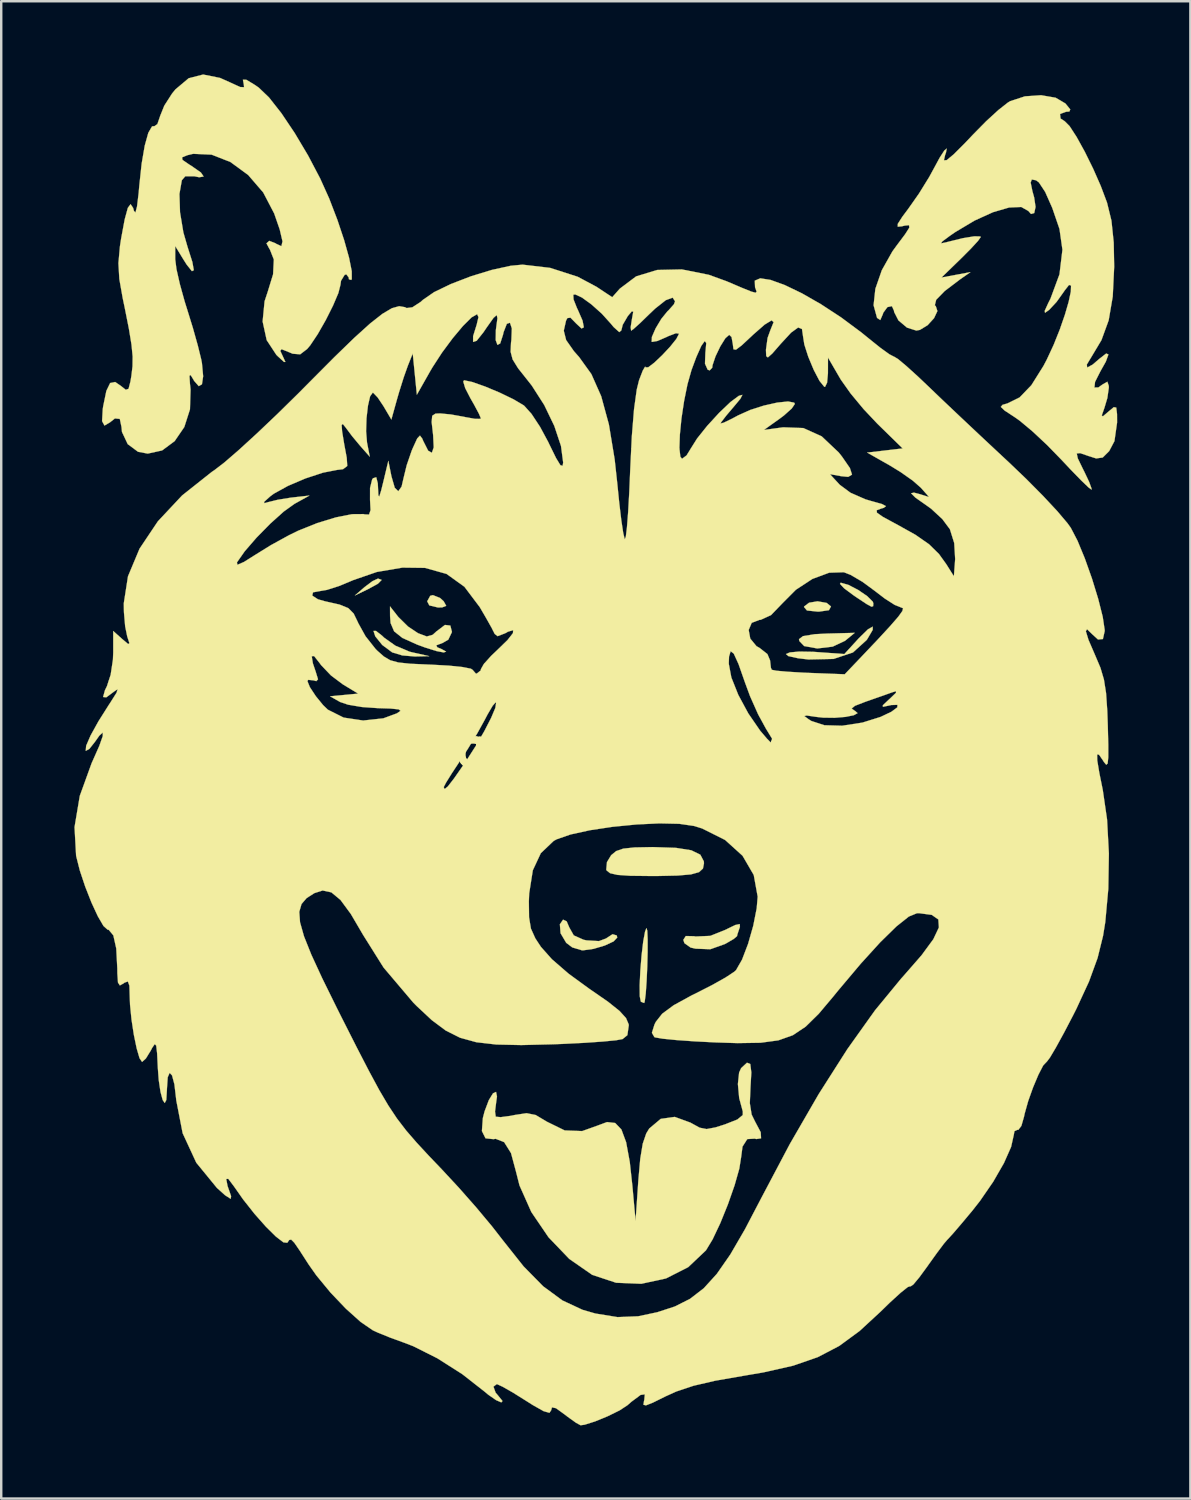
<source format=kicad_pcb>
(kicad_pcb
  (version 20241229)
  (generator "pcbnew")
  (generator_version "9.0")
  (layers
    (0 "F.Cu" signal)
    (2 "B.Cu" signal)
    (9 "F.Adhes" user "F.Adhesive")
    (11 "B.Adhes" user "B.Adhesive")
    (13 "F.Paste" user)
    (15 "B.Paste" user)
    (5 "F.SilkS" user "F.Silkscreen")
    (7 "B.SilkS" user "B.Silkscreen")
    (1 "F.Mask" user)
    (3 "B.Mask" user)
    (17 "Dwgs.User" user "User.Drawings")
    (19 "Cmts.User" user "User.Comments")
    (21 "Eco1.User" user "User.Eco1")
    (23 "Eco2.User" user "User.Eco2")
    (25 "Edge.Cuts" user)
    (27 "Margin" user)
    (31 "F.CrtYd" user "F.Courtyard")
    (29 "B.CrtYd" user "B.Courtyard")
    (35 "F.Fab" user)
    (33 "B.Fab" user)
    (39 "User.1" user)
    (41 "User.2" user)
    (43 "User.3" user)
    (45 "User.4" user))
  (footprint "doge_recovery"
    (layer "F.Cu")
    (at 20.895 27.608)
    (property "Reference" "doge_recovery" (at 0 0 0) (layer "F.SilkS") (effects (font (size 1.524 1.524) (thickness 0.3))))
    (attr through_hole)
    (fp_poly (pts (xy -8.3 -6.887) (xy -8.454 -6.731) (xy -8.848 -6.515) (xy -9.398 -6.249) (xy -8.998 -6.596) (xy -8.673 -6.84) (xy -8.449 -6.943) (xy -8.448 -6.943) (xy -8.3 -6.887)) (stroke (width 0.01) (type solid)) (fill yes) (layer "F.SilkS"))
    (fp_poly (pts (xy -5.905 -6.146) (xy -5.757 -6.011) (xy -5.655 -5.827) (xy -5.815 -5.762) (xy -5.991 -5.757) (xy -6.347 -5.842) (xy -6.435 -6.011) (xy -6.31 -6.236) (xy -6.201 -6.265) (xy -5.905 -6.146)) (stroke (width 0.01) (type solid)) (fill yes) (layer "F.SilkS"))
    (fp_poly (pts (xy 9.938 -5.945) (xy 10.118 -5.8) (xy 10.033 -5.646) (xy 9.637 -5.589) (xy 9.567 -5.588) (xy 9.132 -5.634) (xy 9.011 -5.776) (xy 9.017 -5.8) (xy 9.219 -5.953) (xy 9.567 -6.011) (xy 9.938 -5.945)) (stroke (width 0.01) (type solid)) (fill yes) (layer "F.SilkS"))
    (fp_poly (pts (xy 10.692 -4.391) (xy 10.186 -4.153) (xy 9.556 -4.078) (xy 9.017 -4.176) (xy 8.82 -4.381) (xy 8.805 -4.46) (xy 8.971 -4.584) (xy 9.455 -4.663) (xy 9.948 -4.688) (xy 11.091 -4.718) (xy 10.692 -4.391)) (stroke (width 0.01) (type solid)) (fill yes) (layer "F.SilkS"))
    (fp_poly (pts (xy 10.826 -6.686) (xy 11.228 -6.478) (xy 11.602 -6.223) (xy 11.83 -5.996) (xy 11.853 -5.929) (xy 11.846 -5.81) (xy 11.778 -5.789) (xy 11.584 -5.894) (xy 11.196 -6.151) (xy 11.024 -6.268) (xy 10.656 -6.543) (xy 10.485 -6.726) (xy 10.516 -6.773) (xy 10.826 -6.686)) (stroke (width 0.01) (type solid)) (fill yes) (layer "F.SilkS"))
    (fp_poly (pts (xy -8.281 -4.599) (xy -8.196 -4.517) (xy -7.736 -4.191) (xy -7.163 -3.948) (xy -7.053 -3.92) (xy -6.35 -3.762) (xy -6.943 -3.749) (xy -7.452 -3.792) (xy -7.864 -3.915) (xy -7.874 -3.921) (xy -8.277 -4.221) (xy -8.563 -4.575) (xy -8.636 -4.797) (xy -8.534 -4.797) (xy -8.281 -4.599)) (stroke (width 0.01) (type solid)) (fill yes) (layer "F.SilkS"))
    (fp_poly (pts (xy 2.587 7.489) (xy 2.602 7.847) (xy 2.601 8.369) (xy 2.586 8.971) (xy 2.559 9.566) (xy 2.524 10.068) (xy 2.483 10.389) (xy 2.46 10.456) (xy 2.337 10.408) (xy 2.321 10.393) (xy 2.278 10.177) (xy 2.274 9.724) (xy 2.302 9.133) (xy 2.353 8.504) (xy 2.42 7.935) (xy 2.496 7.525) (xy 2.552 7.384) (xy 2.587 7.489)) (stroke (width 0.01) (type solid)) (fill yes) (layer "F.SilkS"))
    (fp_poly (pts (xy 11.827 -4.84) (xy 11.608 -4.467) (xy 11.577 -4.422) (xy 11.018 -3.914) (xy 10.223 -3.649) (xy 9.194 -3.626) (xy 8.763 -3.677) (xy 8.367 -3.765) (xy 8.271 -3.849) (xy 8.433 -3.916) (xy 8.817 -3.951) (xy 9.38 -3.941) (xy 9.481 -3.934) (xy 10.665 -3.849) (xy 11.259 -4.498) (xy 11.63 -4.861) (xy 11.827 -4.973) (xy 11.827 -4.84)) (stroke (width 0.01) (type solid)) (fill yes) (layer "F.SilkS"))
    (fp_poly (pts (xy 6.384 7.336) (xy 6.371 7.371) (xy 6.28 7.643) (xy 6.265 7.714) (xy 6.132 7.828) (xy 5.806 8.018) (xy 5.766 8.039) (xy 5.172 8.251) (xy 4.563 8.228) (xy 4.36 8.181) (xy 4.109 8.002) (xy 4.064 7.866) (xy 4.165 7.709) (xy 4.505 7.717) (xy 4.566 7.729) (xy 5.17 7.703) (xy 5.773 7.462) (xy 6.192 7.258) (xy 6.377 7.219) (xy 6.384 7.336)) (stroke (width 0.01) (type solid)) (fill yes) (layer "F.SilkS"))
    (fp_poly (pts (xy -0.718 7.106) (xy -0.609 7.36) (xy -0.427 7.683) (xy -0.028 7.861) (xy 0.099 7.888) (xy 0.607 7.917) (xy 0.893 7.811) (xy 1.164 7.635) (xy 1.336 7.686) (xy 1.355 7.773) (xy 1.207 7.93) (xy 0.844 8.099) (xy 0.385 8.235) (xy -0.053 8.297) (xy -0.084 8.297) (xy -0.488 8.176) (xy -0.736 7.988) (xy -0.968 7.595) (xy -0.996 7.228) (xy -0.865 7.038) (xy -0.718 7.106)) (stroke (width 0.01) (type solid)) (fill yes) (layer "F.SilkS"))
    (fp_poly (pts (xy 3.76 4.095) (xy 4.391 4.195) (xy 4.761 4.375) (xy 4.905 4.648) (xy 4.911 4.729) (xy 4.869 4.944) (xy 4.708 5.091) (xy 4.379 5.183) (xy 3.828 5.231) (xy 3.007 5.249) (xy 2.69 5.249) (xy 1.888 5.24) (xy 1.366 5.204) (xy 1.063 5.135) (xy 0.922 5.024) (xy 0.905 4.989) (xy 0.934 4.679) (xy 1.106 4.396) (xy 1.311 4.228) (xy 1.603 4.127) (xy 2.065 4.078) (xy 2.779 4.064) (xy 2.831 4.064) (xy 3.76 4.095)) (stroke (width 0.01) (type solid)) (fill yes) (layer "F.SilkS"))
    (fp_poly (pts (xy -7.616 -5.367) (xy -7.216 -4.974) (xy -6.811 -4.704) (xy -6.453 -4.569) (xy -6.209 -4.638) (xy -6.054 -4.779) (xy -5.706 -5.042) (xy -5.486 -5.016) (xy -5.419 -4.753) (xy -5.568 -4.44) (xy -5.8 -4.304) (xy -6.064 -4.205) (xy -6.017 -4.124) (xy -5.842 -4.051) (xy -5.659 -3.948) (xy -5.757 -3.914) (xy -6.053 -3.971) (xy -6.53 -4.12) (xy -6.845 -4.236) (xy -7.449 -4.508) (xy -7.79 -4.779) (xy -7.935 -5.12) (xy -7.956 -5.399) (xy -7.959 -5.803) (xy -7.616 -5.367)) (stroke (width 0.01) (type solid)) (fill yes) (layer "F.SilkS"))
    (fp_poly (pts (xy 6.809 12.955) (xy 6.852 13.301) (xy 6.819 13.88) (xy 6.79 14.561) (xy 6.864 15.026) (xy 7.004 15.313) (xy 7.236 15.751) (xy 7.251 16.002) (xy 7.049 16.032) (xy 6.999 16.014) (xy 6.686 16.033) (xy 6.49 16.341) (xy 6.435 16.764) (xy 6.359 17.245) (xy 6.166 17.926) (xy 5.894 18.703) (xy 5.581 19.476) (xy 5.265 20.143) (xy 4.992 20.594) (xy 4.265 21.282) (xy 3.354 21.745) (xy 2.341 21.964) (xy 1.309 21.922) (xy 0.339 21.601) (xy 0.32 21.591) (xy -0.611 20.945) (xy -1.462 20.057) (xy -2.166 19.022) (xy -2.651 17.933) (xy -2.8 17.345) (xy -2.999 16.607) (xy -3.28 16.159) (xy -3.628 16.021) (xy -3.718 16.036) (xy -4.044 16.001) (xy -4.192 15.703) (xy -4.153 15.17) (xy -4.082 14.896) (xy -3.908 14.435) (xy -3.737 14.157) (xy -3.612 14.098) (xy -3.574 14.288) (xy -3.606 14.516) (xy -3.654 14.902) (xy -3.625 15.114) (xy -3.624 15.115) (xy -3.422 15.134) (xy -3.016 15.08) (xy -2.846 15.045) (xy -2.36 14.971) (xy -1.987 15.046) (xy -1.548 15.308) (xy -1.533 15.318) (xy -0.8 15.677) (xy -0.083 15.705) (xy 0.506 15.495) (xy 0.937 15.335) (xy 1.271 15.373) (xy 1.527 15.64) (xy 1.72 16.162) (xy 1.869 16.969) (xy 1.976 17.949) (xy 2.107 19.389) (xy 2.221 17.718) (xy 2.299 16.836) (xy 2.401 16.221) (xy 2.544 15.803) (xy 2.666 15.601) (xy 3.138 15.204) (xy 3.713 15.123) (xy 4.364 15.361) (xy 4.395 15.38) (xy 4.735 15.566) (xy 5.019 15.622) (xy 5.384 15.553) (xy 5.769 15.431) (xy 6.279 15.23) (xy 6.5 15.048) (xy 6.502 14.901) (xy 6.354 14.353) (xy 6.301 13.776) (xy 6.351 13.305) (xy 6.433 13.125) (xy 6.673 12.902) (xy 6.809 12.955)) (stroke (width 0.01) (type solid)) (fill yes) (layer "F.SilkS"))
    (fp_poly (pts (xy -14.923 -27.463) (xy -14.5 -27.274) (xy -14.101 -27.091) (xy -13.941 -27.084) (xy -13.951 -27.189) (xy -13.988 -27.392) (xy -13.845 -27.388) (xy -13.489 -27.171) (xy -13.34 -27.067) (xy -12.92 -26.665) (xy -12.413 -26.021) (xy -11.865 -25.205) (xy -11.319 -24.288) (xy -10.821 -23.341) (xy -10.451 -22.52) (xy -10.116 -21.646) (xy -9.839 -20.816) (xy -9.637 -20.094) (xy -9.527 -19.542) (xy -9.526 -19.222) (xy -9.548 -19.182) (xy -9.643 -19.21) (xy -9.652 -19.286) (xy -9.751 -19.413) (xy -9.821 -19.389) (xy -9.967 -19.148) (xy -9.991 -18.979) (xy -10.075 -18.648) (xy -10.293 -18.135) (xy -10.592 -17.539) (xy -10.921 -16.963) (xy -11.227 -16.505) (xy -11.355 -16.353) (xy -11.641 -16.134) (xy -11.948 -16.159) (xy -12.105 -16.224) (xy -12.405 -16.345) (xy -12.455 -16.275) (xy -12.348 -16.043) (xy -12.247 -15.822) (xy -12.304 -15.822) (xy -12.556 -16.052) (xy -12.615 -16.109) (xy -13.013 -16.715) (xy -13.18 -17.481) (xy -13.1 -18.308) (xy -12.972 -18.695) (xy -12.751 -19.416) (xy -12.721 -20.022) (xy -12.884 -20.435) (xy -12.9 -20.453) (xy -13.023 -20.684) (xy -12.908 -20.786) (xy -12.649 -20.685) (xy -12.619 -20.662) (xy -12.412 -20.567) (xy -12.365 -20.763) (xy -12.479 -21.251) (xy -12.706 -21.907) (xy -13.156 -22.769) (xy -13.774 -23.486) (xy -14.5 -24.017) (xy -15.271 -24.319) (xy -16.027 -24.353) (xy -16.266 -24.296) (xy -16.483 -24.207) (xy -16.463 -24.101) (xy -16.18 -23.908) (xy -16.104 -23.862) (xy -15.709 -23.586) (xy -15.599 -23.423) (xy -15.779 -23.392) (xy -15.984 -23.433) (xy -16.35 -23.433) (xy -16.492 -23.268) (xy -16.59 -22.708) (xy -16.566 -21.957) (xy -16.429 -21.133) (xy -16.258 -20.539) (xy -16.06 -19.918) (xy -16.001 -19.584) (xy -16.078 -19.543) (xy -16.288 -19.804) (xy -16.416 -20.005) (xy -16.763 -20.574) (xy -16.763 -20.031) (xy -16.712 -19.628) (xy -16.573 -19.013) (xy -16.373 -18.292) (xy -16.275 -17.979) (xy -16.04 -17.22) (xy -15.837 -16.496) (xy -15.697 -15.927) (xy -15.668 -15.776) (xy -15.618 -15.235) (xy -15.667 -14.906) (xy -15.798 -14.83) (xy -15.989 -15.047) (xy -16.009 -15.085) (xy -16.133 -15.288) (xy -16.179 -15.253) (xy -16.16 -14.938) (xy -16.134 -14.696) (xy -16.158 -13.879) (xy -16.39 -13.155) (xy -16.786 -12.576) (xy -17.3 -12.195) (xy -17.889 -12.065) (xy -18.288 -12.14) (xy -18.71 -12.453) (xy -18.945 -12.952) (xy -18.965 -13.156) (xy -19.034 -13.487) (xy -19.235 -13.506) (xy -19.437 -13.346) (xy -19.662 -13.214) (xy -19.761 -13.396) (xy -19.733 -13.892) (xy -19.715 -14.009) (xy -19.585 -14.638) (xy -19.43 -14.958) (xy -19.226 -15.001) (xy -18.998 -14.846) (xy -18.79 -14.682) (xy -18.676 -14.721) (xy -18.599 -15.018) (xy -18.56 -15.251) (xy -18.513 -15.644) (xy -18.508 -16.046) (xy -18.555 -16.532) (xy -18.66 -17.174) (xy -18.833 -18.045) (xy -18.915 -18.435) (xy -19.054 -19.222) (xy -19.091 -19.87) (xy -19.029 -20.562) (xy -18.981 -20.874) (xy -18.833 -21.669) (xy -18.705 -22.138) (xy -18.592 -22.289) (xy -18.488 -22.135) (xy -18.454 -22.012) (xy -18.393 -21.946) (xy -18.328 -22.198) (xy -18.262 -22.745) (xy -18.236 -23.043) (xy -18.139 -23.949) (xy -18.012 -24.689) (xy -17.866 -25.214) (xy -17.712 -25.478) (xy -17.615 -25.487) (xy -17.494 -25.571) (xy -17.386 -25.887) (xy -17.384 -25.897) (xy -17.211 -26.327) (xy -16.893 -26.823) (xy -16.753 -26.995) (xy -16.212 -27.45) (xy -15.619 -27.603) (xy -14.923 -27.463)) (stroke (width 0.01) (type solid)) (fill yes) (layer "F.SilkS"))
    (fp_poly (pts (xy 19.327 -26.652) (xy 19.727 -26.416) (xy 19.925 -26.172) (xy 19.888 -26.086) (xy 19.754 -26.077) (xy 19.505 -25.986) (xy 19.527 -25.8) (xy 19.698 -25.689) (xy 19.897 -25.489) (xy 20.183 -25.049) (xy 20.518 -24.443) (xy 20.862 -23.745) (xy 21.177 -23.03) (xy 21.425 -22.371) (xy 21.432 -22.352) (xy 21.613 -21.613) (xy 21.706 -20.718) (xy 21.725 -19.727) (xy 21.666 -18.504) (xy 21.499 -17.528) (xy 21.204 -16.718) (xy 20.82 -16.075) (xy 20.604 -15.716) (xy 20.618 -15.593) (xy 20.844 -15.715) (xy 21.113 -15.947) (xy 21.399 -16.169) (xy 21.489 -16.128) (xy 21.384 -15.837) (xy 21.157 -15.433) (xy 20.941 -15.005) (xy 20.915 -14.774) (xy 21.075 -14.777) (xy 21.247 -14.898) (xy 21.446 -15.012) (xy 21.504 -14.839) (xy 21.505 -14.764) (xy 21.445 -14.344) (xy 21.327 -13.947) (xy 21.216 -13.629) (xy 21.263 -13.593) (xy 21.497 -13.793) (xy 21.709 -13.969) (xy 21.81 -13.951) (xy 21.842 -13.685) (xy 21.844 -13.338) (xy 21.736 -12.578) (xy 21.52 -12.168) (xy 21.257 -11.905) (xy 20.988 -11.867) (xy 20.673 -11.966) (xy 20.332 -12.084) (xy 20.19 -12.07) (xy 20.233 -11.87) (xy 20.446 -11.43) (xy 20.501 -11.322) (xy 20.699 -10.904) (xy 20.797 -10.634) (xy 20.797 -10.587) (xy 20.668 -10.682) (xy 20.361 -10.978) (xy 19.926 -11.426) (xy 19.558 -11.818) (xy 18.969 -12.422) (xy 18.372 -12.98) (xy 17.857 -13.41) (xy 17.65 -13.557) (xy 17.235 -13.829) (xy 17.078 -13.98) (xy 17.148 -14.064) (xy 17.349 -14.122) (xy 17.85 -14.369) (xy 18.332 -14.871) (xy 18.829 -15.664) (xy 18.962 -15.917) (xy 19.243 -16.522) (xy 19.495 -17.151) (xy 19.705 -17.757) (xy 19.86 -18.291) (xy 19.948 -18.705) (xy 19.957 -18.951) (xy 19.874 -18.979) (xy 19.688 -18.741) (xy 19.669 -18.711) (xy 19.364 -18.283) (xy 19.059 -17.955) (xy 19.053 -17.951) (xy 18.89 -17.837) (xy 18.878 -17.917) (xy 19.021 -18.233) (xy 19.114 -18.416) (xy 19.483 -19.414) (xy 19.604 -20.422) (xy 19.483 -21.273) (xy 19.187 -22.136) (xy 18.898 -22.788) (xy 18.638 -23.182) (xy 18.521 -23.268) (xy 18.348 -23.301) (xy 18.301 -23.175) (xy 18.373 -22.823) (xy 18.445 -22.565) (xy 18.502 -22.177) (xy 18.448 -21.925) (xy 18.316 -21.887) (xy 18.205 -22.011) (xy 17.917 -22.174) (xy 17.417 -22.152) (xy 16.761 -21.961) (xy 16.007 -21.619) (xy 15.213 -21.146) (xy 14.986 -20.989) (xy 14.675 -20.758) (xy 14.629 -20.683) (xy 14.836 -20.725) (xy 14.901 -20.743) (xy 15.521 -20.895) (xy 15.991 -20.972) (xy 16.237 -20.966) (xy 16.256 -20.941) (xy 16.144 -20.784) (xy 15.85 -20.464) (xy 15.452 -20.065) (xy 14.647 -19.283) (xy 15.24 -19.393) (xy 15.833 -19.503) (xy 15.409 -19.208) (xy 14.778 -18.728) (xy 14.429 -18.371) (xy 14.373 -18.145) (xy 14.414 -18.106) (xy 14.479 -17.908) (xy 14.341 -17.616) (xy 14.076 -17.327) (xy 13.762 -17.136) (xy 13.615 -17.108) (xy 13.232 -17.229) (xy 12.882 -17.524) (xy 12.704 -17.871) (xy 12.7 -17.92) (xy 12.614 -18.109) (xy 12.43 -18.07) (xy 12.262 -17.841) (xy 12.237 -17.766) (xy 12.137 -17.539) (xy 12.01 -17.625) (xy 12.002 -17.639) (xy 11.863 -18.146) (xy 11.936 -18.821) (xy 12.201 -19.583) (xy 12.636 -20.356) (xy 12.792 -20.571) (xy 13.156 -21.057) (xy 13.327 -21.326) (xy 13.317 -21.427) (xy 13.142 -21.411) (xy 13.021 -21.381) (xy 12.853 -21.365) (xy 12.853 -21.479) (xy 13.04 -21.772) (xy 13.286 -22.101) (xy 13.722 -22.722) (xy 14.142 -23.402) (xy 14.323 -23.734) (xy 14.574 -24.197) (xy 14.763 -24.489) (xy 14.86 -24.57) (xy 14.831 -24.405) (xy 14.793 -24.299) (xy 14.746 -24.087) (xy 14.858 -24.094) (xy 15.145 -24.33) (xy 15.624 -24.81) (xy 15.953 -25.157) (xy 16.479 -25.691) (xy 16.978 -26.148) (xy 17.367 -26.454) (xy 17.463 -26.512) (xy 18.067 -26.709) (xy 18.729 -26.755) (xy 19.327 -26.652)) (stroke (width 0.01) (type solid)) (fill yes) (layer "F.SilkS"))
    (fp_poly (pts (xy -1.396 -19.678) (xy -0.263 -19.313) (xy 0.507 -18.902) (xy 1.15 -18.476) (xy 1.464 -18.829) (xy 2.129 -19.329) (xy 2.99 -19.592) (xy 4.001 -19.615) (xy 5.113 -19.393) (xy 5.837 -19.13) (xy 6.47 -18.86) (xy 6.848 -18.707) (xy 7.028 -18.659) (xy 7.068 -18.702) (xy 7.026 -18.826) (xy 7.004 -18.879) (xy 6.993 -19.154) (xy 7.219 -19.25) (xy 7.642 -19.184) (xy 8.223 -18.973) (xy 8.924 -18.636) (xy 9.705 -18.189) (xy 10.529 -17.65) (xy 11.354 -17.037) (xy 11.677 -16.775) (xy 12.146 -16.399) (xy 12.513 -16.135) (xy 12.704 -16.035) (xy 12.71 -16.036) (xy 12.868 -15.939) (xy 13.211 -15.652) (xy 13.684 -15.223) (xy 14.077 -14.85) (xy 14.662 -14.289) (xy 15.414 -13.577) (xy 16.249 -12.791) (xy 17.085 -12.009) (xy 17.384 -11.731) (xy 18.122 -11.025) (xy 18.811 -10.33) (xy 19.393 -9.706) (xy 19.81 -9.213) (xy 19.947 -9.022) (xy 20.221 -8.496) (xy 20.521 -7.77) (xy 20.815 -6.942) (xy 21.07 -6.111) (xy 21.255 -5.377) (xy 21.335 -4.84) (xy 21.336 -4.791) (xy 21.263 -4.464) (xy 21.062 -4.445) (xy 20.825 -4.661) (xy 20.613 -4.866) (xy 20.563 -4.786) (xy 20.672 -4.43) (xy 20.94 -3.81) (xy 20.947 -3.793) (xy 21.163 -3.284) (xy 21.305 -2.803) (xy 21.392 -2.25) (xy 21.442 -1.523) (xy 21.463 -0.931) (xy 21.483 -0.128) (xy 21.483 0.381) (xy 21.457 0.639) (xy 21.399 0.689) (xy 21.304 0.575) (xy 21.263 0.508) (xy 21.103 0.276) (xy 21.026 0.268) (xy 21.031 0.512) (xy 21.118 1.034) (xy 21.258 1.725) (xy 21.433 2.931) (xy 21.508 4.326) (xy 21.484 5.774) (xy 21.36 7.139) (xy 21.268 7.705) (xy 21.044 8.611) (xy 20.693 9.574) (xy 20.178 10.688) (xy 20.039 10.964) (xy 19.663 11.684) (xy 19.336 12.28) (xy 19.091 12.693) (xy 18.959 12.867) (xy 18.953 12.869) (xy 18.815 13.016) (xy 18.619 13.394) (xy 18.401 13.912) (xy 18.2 14.475) (xy 18.055 14.992) (xy 18.03 15.112) (xy 17.921 15.492) (xy 17.795 15.657) (xy 17.761 15.652) (xy 17.637 15.708) (xy 17.609 15.865) (xy 17.5 16.353) (xy 17.206 17.016) (xy 16.768 17.778) (xy 16.227 18.564) (xy 15.911 18.967) (xy 15.482 19.48) (xy 15.133 19.888) (xy 14.92 20.122) (xy 14.89 20.151) (xy 14.743 20.323) (xy 14.463 20.696) (xy 14.107 21.193) (xy 14.077 21.237) (xy 13.74 21.697) (xy 13.493 21.993) (xy 13.38 22.072) (xy 13.377 22.061) (xy 13.267 22.096) (xy 12.97 22.333) (xy 12.535 22.73) (xy 12.15 23.105) (xy 11.287 23.901) (xy 10.457 24.51) (xy 9.577 24.97) (xy 8.567 25.32) (xy 7.347 25.596) (xy 6.519 25.737) (xy 5.371 25.937) (xy 4.484 26.143) (xy 3.78 26.378) (xy 3.335 26.579) (xy 2.812 26.838) (xy 2.53 26.949) (xy 2.429 26.921) (xy 2.453 26.764) (xy 2.464 26.726) (xy 2.485 26.496) (xy 2.314 26.519) (xy 1.941 26.796) (xy 1.773 26.943) (xy 1.453 27.153) (xy 0.969 27.391) (xy 0.449 27.605) (xy 0.018 27.741) (xy -0.148 27.763) (xy -0.335 27.661) (xy -0.675 27.418) (xy -0.804 27.318) (xy -1.156 27.064) (xy -1.32 27.029) (xy -1.355 27.153) (xy -1.424 27.253) (xy -1.661 27.186) (xy -2.105 26.936) (xy -2.397 26.751) (xy -2.923 26.422) (xy -3.343 26.183) (xy -3.572 26.078) (xy -3.582 26.077) (xy -3.719 26.181) (xy -3.63 26.425) (xy -3.525 26.549) (xy -3.347 26.77) (xy -3.396 26.826) (xy -3.611 26.733) (xy -3.935 26.508) (xy -4.071 26.393) (xy -4.997 25.668) (xy -6.019 25.018) (xy -7.007 24.522) (xy -7.363 24.385) (xy -7.946 24.173) (xy -8.454 23.967) (xy -8.662 23.871) (xy -9.162 23.528) (xy -9.768 22.984) (xy -10.398 22.323) (xy -10.973 21.626) (xy -11.297 21.167) (xy -11.658 20.606) (xy -11.88 20.283) (xy -12.009 20.153) (xy -12.09 20.168) (xy -12.169 20.282) (xy -12.169 20.283) (xy -12.329 20.265) (xy -12.639 20.026) (xy -13.05 19.619) (xy -13.513 19.096) (xy -13.977 18.509) (xy -14.363 17.959) (xy -14.587 17.663) (xy -14.673 17.666) (xy -14.618 17.954) (xy -14.472 18.373) (xy -14.49 18.482) (xy -14.72 18.334) (xy -15.054 18.034) (xy -15.899 17.001) (xy -16.458 15.793) (xy -16.722 14.434) (xy -16.725 14.391) (xy -16.796 13.788) (xy -16.893 13.423) (xy -16.992 13.318) (xy -17.07 13.498) (xy -17.103 13.985) (xy -17.103 14.014) (xy -17.128 14.429) (xy -17.192 14.554) (xy -17.277 14.43) (xy -17.366 14.101) (xy -17.439 13.609) (xy -17.475 13.123) (xy -17.505 12.515) (xy -17.542 12.202) (xy -17.601 12.14) (xy -17.703 12.285) (xy -17.765 12.404) (xy -17.966 12.73) (xy -18.12 12.869) (xy -18.122 12.869) (xy -18.226 12.716) (xy -18.343 12.315) (xy -18.459 11.756) (xy -18.555 11.129) (xy -18.615 10.523) (xy -18.627 10.196) (xy -18.641 9.744) (xy -18.704 9.572) (xy -18.842 9.621) (xy -18.881 9.652) (xy -19.032 9.735) (xy -19.109 9.617) (xy -19.135 9.24) (xy -19.137 9.038) (xy -19.18 8.219) (xy -19.299 7.684) (xy -19.489 7.456) (xy -19.535 7.449) (xy -19.703 7.298) (xy -19.934 6.902) (xy -20.021 6.715) (xy -11.678 6.715) (xy -11.647 7.144) (xy -11.485 7.719) (xy -11.183 8.475) (xy -10.734 9.448) (xy -10.131 10.672) (xy -9.948 11.037) (xy -9.325 12.268) (xy -8.819 13.247) (xy -8.398 14.027) (xy -8.027 14.657) (xy -7.672 15.191) (xy -7.299 15.678) (xy -6.874 16.17) (xy -6.365 16.72) (xy -5.837 17.272) (xy -5.14 18.023) (xy -4.424 18.835) (xy -3.781 19.605) (xy -3.349 20.16) (xy -2.483 21.251) (xy -1.682 22.066) (xy -0.895 22.645) (xy -0.069 23.03) (xy 0.46 23.183) (xy 1.367 23.33) (xy 2.212 23.296) (xy 2.997 23.13) (xy 3.716 22.895) (xy 4.338 22.582) (xy 4.901 22.148) (xy 5.439 21.556) (xy 5.989 20.765) (xy 6.587 19.736) (xy 7.256 18.457) (xy 8.429 16.236) (xy 9.614 14.187) (xy 10.786 12.348) (xy 11.92 10.757) (xy 12.994 9.452) (xy 13.081 9.356) (xy 13.826 8.502) (xy 14.311 7.842) (xy 14.54 7.357) (xy 14.517 7.03) (xy 14.246 6.842) (xy 13.731 6.774) (xy 13.644 6.773) (xy 13.308 6.911) (xy 12.801 7.314) (xy 12.137 7.964) (xy 11.335 8.846) (xy 10.411 9.943) (xy 10.219 10.179) (xy 9.613 10.899) (xy 9.082 11.421) (xy 8.556 11.774) (xy 7.962 11.985) (xy 7.228 12.084) (xy 6.284 12.099) (xy 5.391 12.071) (xy 4.528 12.027) (xy 3.781 11.974) (xy 3.218 11.918) (xy 2.908 11.865) (xy 2.877 11.852) (xy 2.776 11.676) (xy 2.881 11.339) (xy 2.936 11.228) (xy 3.198 10.895) (xy 3.668 10.547) (xy 4.399 10.146) (xy 4.605 10.045) (xy 5.252 9.715) (xy 5.794 9.41) (xy 6.148 9.177) (xy 6.225 9.108) (xy 6.471 8.678) (xy 6.718 8.032) (xy 6.93 7.29) (xy 7.072 6.572) (xy 7.112 6.095) (xy 6.951 5.209) (xy 6.493 4.421) (xy 5.776 3.772) (xy 4.836 3.301) (xy 4.504 3.198) (xy 3.899 3.11) (xy 3.082 3.092) (xy 2.141 3.137) (xy 1.162 3.233) (xy 0.233 3.373) (xy -0.56 3.547) (xy -1.129 3.745) (xy -1.252 3.813) (xy -1.777 4.313) (xy -2.105 5.015) (xy -2.254 5.962) (xy -2.267 6.287) (xy -2.259 6.944) (xy -2.183 7.404) (xy -2.002 7.805) (xy -1.772 8.155) (xy -1.321 8.662) (xy -0.635 9.256) (xy 0.217 9.877) (xy 0.26 9.906) (xy 0.979 10.404) (xy 1.448 10.779) (xy 1.715 11.072) (xy 1.824 11.327) (xy 1.829 11.366) (xy 1.771 11.774) (xy 1.575 11.933) (xy 1.304 11.983) (xy 0.762 12.035) (xy 0.019 12.087) (xy -0.859 12.131) (xy -1.274 12.147) (xy -2.575 12.179) (xy -3.601 12.157) (xy -4.418 12.063) (xy -5.089 11.878) (xy -5.677 11.582) (xy -6.246 11.157) (xy -6.86 10.584) (xy -7.003 10.44) (xy -8.224 8.999) (xy -9.059 7.668) (xy -9.565 6.805) (xy -9.988 6.231) (xy -10.362 5.92) (xy -10.72 5.843) (xy -11.059 5.951) (xy -11.376 6.154) (xy -11.585 6.397) (xy -11.678 6.715) (xy -20.021 6.715) (xy -20.195 6.339) (xy -20.452 5.686) (xy -20.673 5.024) (xy -20.823 4.431) (xy -20.826 4.412) (xy -20.89 3.245) (xy -20.674 1.961) (xy -20.545 1.607) (xy -5.757 1.607) (xy -5.72 1.685) (xy -5.59 1.58) (xy -5.34 1.258) (xy -4.941 0.687) (xy -4.849 0.55) (xy -4.45 -0.072) (xy -4.094 -0.687) (xy -3.814 -1.231) (xy -3.642 -1.64) (xy -3.61 -1.849) (xy -3.635 -1.863) (xy -3.753 -1.726) (xy -3.958 -1.377) (xy -4.081 -1.143) (xy -4.375 -0.61) (xy -4.769 0.04) (xy -5.1 0.548) (xy -5.427 1.044) (xy -5.663 1.423) (xy -5.757 1.605) (xy -5.757 1.607) (xy -20.545 1.607) (xy -20.188 0.62) (xy -20.153 0.544) (xy -19.875 -0.084) (xy -19.734 -0.483) (xy -19.731 -0.632) (xy -19.87 -0.509) (xy -20.057 -0.245) (xy -20.28 0.037) (xy -20.426 0.119) (xy -20.431 0.115) (xy -20.414 -0.09) (xy -20.231 -0.512) (xy -19.91 -1.092) (xy -19.481 -1.771) (xy -19.42 -1.863) (xy -19.168 -2.263) (xy -19.123 -2.407) (xy -19.246 -2.328) (xy -19.586 -2.075) (xy -19.72 -2.088) (xy -19.643 -2.365) (xy -19.562 -2.532) (xy -19.494 -2.742) (xy -11.345 -2.742) (xy -11.244 -2.492) (xy -10.999 -2.121) (xy -10.701 -1.755) (xy -10.506 -1.568) (xy -9.859 -1.244) (xy -9.06 -1.124) (xy -8.231 -1.214) (xy -7.674 -1.419) (xy -7.528 -1.52) (xy -7.601 -1.581) (xy -7.934 -1.615) (xy -8.453 -1.631) (xy -9.107 -1.677) (xy -9.677 -1.773) (xy -10.007 -1.885) (xy -10.414 -2.117) (xy -9.839 -2.172) (xy -9.264 -2.227) (xy -9.89 -2.605) (xy -10.379 -2.972) (xy -10.786 -3.399) (xy -10.845 -3.481) (xy -11.072 -3.767) (xy -11.167 -3.757) (xy -11.121 -3.47) (xy -11.004 -3.124) (xy -10.909 -2.813) (xy -10.981 -2.738) (xy -11.088 -2.769) (xy -11.309 -2.792) (xy -11.345 -2.742) (xy -19.494 -2.742) (xy -19.409 -3.001) (xy -19.316 -3.618) (xy -19.304 -3.913) (xy -19.304 -4.794) (xy -18.943 -4.471) (xy -18.691 -4.258) (xy -18.641 -4.295) (xy -18.731 -4.572) (xy -18.815 -4.984) (xy -18.865 -5.569) (xy -18.871 -5.927) (xy -18.822 -6.244) (xy -11.146 -6.244) (xy -10.911 -6.093) (xy -10.626 -6.012) (xy -10.027 -5.877) (xy -9.667 -5.73) (xy -9.448 -5.509) (xy -9.274 -5.15) (xy -9.26 -5.116) (xy -8.961 -4.577) (xy -8.551 -4.058) (xy -8.472 -3.979) (xy -8.207 -3.746) (xy -7.949 -3.594) (xy -7.616 -3.503) (xy -7.123 -3.451) (xy -6.388 -3.418) (xy -6.255 -3.413) (xy -5.546 -3.374) (xy -4.985 -3.316) (xy -4.643 -3.248) (xy -4.572 -3.201) (xy -4.443 -3.052) (xy -4.403 -3.048) (xy -4.24 -3.178) (xy -4.233 -3.23) (xy -4.116 -3.437) (xy -4.102 -3.453) (xy 5.927 -3.453) (xy 6.033 -2.889) (xy 6.317 -2.176) (xy 6.727 -1.416) (xy 7.212 -0.71) (xy 7.492 -0.381) (xy 7.78 -0.089) (xy 7.878 -0.039) (xy 7.785 -0.243) (xy 7.499 -0.712) (xy 7.453 -0.786) (xy 7.168 -1.309) (xy 9.022 -1.309) (xy 9.19 -1.183) (xy 9.313 -1.105) (xy 9.845 -0.931) (xy 10.576 -0.911) (xy 11.406 -1.039) (xy 12.15 -1.272) (xy 12.593 -1.483) (xy 12.834 -1.662) (xy 12.842 -1.767) (xy 12.59 -1.759) (xy 12.488 -1.736) (xy 12.246 -1.686) (xy 12.242 -1.748) (xy 12.482 -1.976) (xy 12.531 -2.02) (xy 12.781 -2.261) (xy 12.78 -2.325) (xy 12.615 -2.276) (xy 12.249 -2.145) (xy 11.731 -1.964) (xy 11.528 -1.893) (xy 11.099 -1.727) (xy 10.964 -1.615) (xy 11.086 -1.526) (xy 11.101 -1.52) (xy 11.208 -1.427) (xy 11.053 -1.341) (xy 10.714 -1.273) (xy 10.268 -1.236) (xy 9.793 -1.242) (xy 9.525 -1.271) (xy 9.123 -1.33) (xy 9.022 -1.309) (xy 7.168 -1.309) (xy 7.128 -1.383) (xy 6.798 -2.124) (xy 6.589 -2.691) (xy 6.326 -3.441) (xy 6.132 -3.865) (xy 6.004 -3.965) (xy 5.938 -3.747) (xy 5.927 -3.453) (xy -4.102 -3.453) (xy -3.816 -3.772) (xy -3.556 -4.02) (xy -3.14 -4.425) (xy -2.92 -4.706) (xy -2.91 -4.829) (xy -3.127 -4.763) (xy -3.239 -4.7) (xy -3.549 -4.581) (xy -3.668 -4.674) (xy -3.75 -4.836) (xy 6.743 -4.836) (xy 6.808 -4.482) (xy 7.062 -4.173) (xy 7.197 -4.095) (xy 7.511 -3.848) (xy 7.62 -3.588) (xy 7.654 -3.288) (xy 7.691 -3.203) (xy 7.882 -3.165) (xy 8.328 -3.125) (xy 8.949 -3.088) (xy 9.221 -3.076) (xy 10.68 -3.02) (xy 11.309 -3.68) (xy 12.035 -4.446) (xy 12.549 -5.003) (xy 12.876 -5.38) (xy 13.042 -5.611) (xy 13.072 -5.726) (xy 12.994 -5.757) (xy 12.734 -5.86) (xy 12.32 -6.125) (xy 11.925 -6.428) (xy 11.411 -6.807) (xy 10.923 -7.093) (xy 10.645 -7.202) (xy 10.043 -7.183) (xy 9.355 -6.928) (xy 8.679 -6.485) (xy 8.147 -5.951) (xy 7.659 -5.445) (xy 7.237 -5.252) (xy 7.182 -5.249) (xy 6.867 -5.128) (xy 6.743 -4.836) (xy -3.75 -4.836) (xy -3.786 -4.91) (xy -4.025 -5.335) (xy -4.281 -5.774) (xy -4.908 -6.606) (xy -5.64 -7.133) (xy -6.526 -7.381) (xy -7.451 -7.392) (xy -8.497 -7.214) (xy -9.469 -6.879) (xy -9.483 -6.872) (xy -10.05 -6.636) (xy -10.547 -6.478) (xy -10.795 -6.436) (xy -11.115 -6.378) (xy -11.146 -6.244) (xy -18.822 -6.244) (xy -18.699 -7.035) (xy -18.461 -7.603) (xy -14.233 -7.603) (xy -14.214 -7.507) (xy -13.943 -7.625) (xy -13.516 -7.894) (xy -12.849 -8.308) (xy -12.11 -8.714) (xy -11.732 -8.9) (xy -10.945 -9.216) (xy -10.176 -9.451) (xy -9.512 -9.582) (xy -9.046 -9.586) (xy -8.993 -9.573) (xy -8.818 -9.567) (xy -8.756 -9.75) (xy -8.778 -10.175) (xy -8.777 -10.657) (xy -8.692 -11.002) (xy -8.655 -11.055) (xy -8.523 -11.096) (xy -8.46 -10.85) (xy -8.45 -10.66) (xy -8.435 -10.35) (xy -8.398 -10.306) (xy -8.321 -10.553) (xy -8.23 -10.922) (xy -8.027 -11.769) (xy -7.9 -11.134) (xy -7.764 -10.664) (xy -7.619 -10.523) (xy -7.484 -10.713) (xy -7.404 -11.059) (xy -7.274 -11.591) (xy -7.07 -12.184) (xy -7.027 -12.286) (xy -6.844 -12.685) (xy -6.731 -12.804) (xy -6.637 -12.681) (xy -6.6 -12.59) (xy -6.395 -12.184) (xy -6.243 -12.099) (xy -6.167 -12.32) (xy -6.192 -12.831) (xy -6.195 -12.855) (xy -6.252 -13.359) (xy -6.229 -13.614) (xy -6.098 -13.703) (xy -5.906 -13.712) (xy -5.467 -13.67) (xy -4.93 -13.574) (xy -4.868 -13.56) (xy -4.465 -13.488) (xy -4.247 -13.491) (xy -4.233 -13.507) (xy -4.312 -13.696) (xy -4.513 -14.072) (xy -4.664 -14.336) (xy -4.877 -14.75) (xy -4.956 -15.017) (xy -4.924 -15.071) (xy -4.58 -14.998) (xy -4.051 -14.811) (xy -3.451 -14.559) (xy -2.893 -14.289) (xy -2.489 -14.05) (xy -2.453 -14.022) (xy -2.159 -13.694) (xy -1.808 -13.162) (xy -1.47 -12.534) (xy -1.437 -12.463) (xy -1.152 -11.882) (xy -0.974 -11.59) (xy -0.883 -11.565) (xy -0.861 -11.7) (xy -0.95 -12.377) (xy -1.224 -13.199) (xy -1.638 -14.058) (xy -2.146 -14.851) (xy -2.303 -15.051) (xy -2.709 -15.563) (xy -2.933 -15.925) (xy -3.015 -16.238) (xy -2.999 -16.607) (xy -2.984 -16.72) (xy -2.969 -17.103) (xy -0.836 -17.103) (xy -0.74 -16.72) (xy -0.423 -16.267) (xy -0.206 -16.021) (xy 0.295 -15.325) (xy 0.698 -14.417) (xy 1.013 -13.262) (xy 1.25 -11.828) (xy 1.357 -10.842) (xy 1.44 -10.022) (xy 1.524 -9.321) (xy 1.601 -8.811) (xy 1.661 -8.562) (xy 1.665 -8.556) (xy 1.707 -8.658) (xy 1.754 -9.049) (xy 1.803 -9.678) (xy 1.849 -10.496) (xy 1.885 -11.345) (xy 1.93 -12.289) (xy 3.903 -12.289) (xy 3.942 -11.939) (xy 4.012 -11.853) (xy 4.197 -11.991) (xy 4.372 -12.276) (xy 4.628 -12.684) (xy 5.044 -13.204) (xy 5.531 -13.735) (xy 5.999 -14.181) (xy 6.339 -14.433) (xy 6.486 -14.474) (xy 6.401 -14.309) (xy 6.138 -13.993) (xy 5.82 -13.618) (xy 5.622 -13.36) (xy 5.588 -13.299) (xy 5.72 -13.333) (xy 6.057 -13.495) (xy 6.308 -13.63) (xy 6.8 -13.852) (xy 7.365 -14.033) (xy 7.913 -14.156) (xy 8.356 -14.202) (xy 8.608 -14.154) (xy 8.636 -14.101) (xy 8.509 -13.914) (xy 8.189 -13.628) (xy 8.001 -13.487) (xy 7.366 -13.034) (xy 8.158 -13.143) (xy 8.985 -13.112) (xy 9.734 -12.774) (xy 10.433 -12.113) (xy 10.565 -11.947) (xy 10.893 -11.472) (xy 10.979 -11.204) (xy 10.822 -11.111) (xy 10.541 -11.138) (xy 10.075 -11.222) (xy 10.476 -10.787) (xy 10.916 -10.461) (xy 11.527 -10.192) (xy 11.729 -10.132) (xy 12.198 -10.001) (xy 12.371 -9.912) (xy 12.281 -9.842) (xy 12.175 -9.812) (xy 11.991 -9.744) (xy 11.999 -9.645) (xy 12.235 -9.478) (xy 12.736 -9.205) (xy 12.785 -9.18) (xy 13.578 -8.738) (xy 14.136 -8.35) (xy 14.543 -7.95) (xy 14.838 -7.54) (xy 15.155 -7.037) (xy 15.207 -7.742) (xy 15.168 -8.399) (xy 14.991 -8.966) (xy 14.679 -9.383) (xy 14.22 -9.807) (xy 14.05 -9.929) (xy 13.578 -10.261) (xy 13.401 -10.438) (xy 13.517 -10.466) (xy 13.758 -10.403) (xy 14.139 -10.284) (xy 13.801 -10.666) (xy 13.47 -10.957) (xy 12.963 -11.313) (xy 12.531 -11.578) (xy 11.599 -12.107) (xy 12.326 -12.192) (xy 13.054 -12.277) (xy 12.015 -13.293) (xy 11.453 -13.889) (xy 10.923 -14.528) (xy 10.527 -15.087) (xy 10.486 -15.155) (xy 9.994 -16.002) (xy 9.992 -15.357) (xy 9.957 -14.971) (xy 9.873 -14.8) (xy 9.841 -14.805) (xy 9.646 -15.046) (xy 9.411 -15.494) (xy 9.187 -16.03) (xy 9.025 -16.534) (xy 8.975 -16.847) (xy 8.928 -17.172) (xy 8.772 -17.234) (xy 8.483 -17.025) (xy 8.057 -16.564) (xy 7.711 -16.167) (xy 7.53 -16.007) (xy 7.462 -16.061) (xy 7.451 -16.308) (xy 7.451 -16.321) (xy 7.518 -16.808) (xy 7.634 -17.128) (xy 7.765 -17.453) (xy 7.683 -17.527) (xy 7.399 -17.354) (xy 6.924 -16.938) (xy 6.874 -16.89) (xy 6.455 -16.499) (xy 6.221 -16.324) (xy 6.119 -16.341) (xy 6.096 -16.527) (xy 6.096 -16.539) (xy 6.041 -16.843) (xy 5.946 -16.933) (xy 5.788 -16.794) (xy 5.579 -16.459) (xy 5.383 -16.05) (xy 5.262 -15.69) (xy 5.249 -15.585) (xy 5.144 -15.475) (xy 5.061 -15.506) (xy 4.952 -15.751) (xy 4.969 -16.21) (xy 4.971 -16.221) (xy 5.004 -16.599) (xy 4.942 -16.678) (xy 4.801 -16.48) (xy 4.597 -16.023) (xy 4.399 -15.489) (xy 4.235 -14.909) (xy 4.096 -14.223) (xy 3.988 -13.507) (xy 3.922 -12.837) (xy 3.903 -12.289) (xy 1.93 -12.289) (xy 1.953 -12.765) (xy 2.044 -13.885) (xy 2.155 -14.69) (xy 2.249 -15.071) (xy 2.399 -15.462) (xy 2.499 -15.632) (xy 2.523 -15.599) (xy 2.628 -15.604) (xy 2.878 -15.795) (xy 3.2 -16.101) (xy 3.524 -16.448) (xy 3.777 -16.764) (xy 3.887 -16.975) (xy 3.888 -16.98) (xy 3.763 -16.999) (xy 3.447 -16.878) (xy 3.371 -16.841) (xy 3.001 -16.681) (xy 2.779 -16.643) (xy 2.766 -16.651) (xy 2.776 -16.848) (xy 2.929 -17.199) (xy 3.162 -17.587) (xy 3.412 -17.896) (xy 3.46 -17.94) (xy 3.679 -18.187) (xy 3.725 -18.309) (xy 3.626 -18.458) (xy 3.344 -18.353) (xy 2.906 -18.006) (xy 2.669 -17.78) (xy 2.29 -17.412) (xy 2.016 -17.166) (xy 1.924 -17.103) (xy 1.906 -17.245) (xy 1.956 -17.568) (xy 2.012 -17.881) (xy 1.953 -17.896) (xy 1.79 -17.705) (xy 1.581 -17.347) (xy 1.522 -17.113) (xy 1.439 -17.044) (xy 1.206 -17.254) (xy 1.091 -17.393) (xy 0.723 -17.8) (xy 0.303 -18.176) (xy -0.087 -18.46) (xy -0.368 -18.59) (xy -0.446 -18.576) (xy -0.435 -18.384) (xy -0.294 -18.028) (xy -0.266 -17.973) (xy -0.066 -17.515) (xy -0.014 -17.241) (xy -0.108 -17.193) (xy -0.327 -17.397) (xy -0.562 -17.637) (xy -0.691 -17.619) (xy -0.745 -17.51) (xy -0.836 -17.103) (xy -2.969 -17.103) (xy -2.966 -17.197) (xy -3.042 -17.428) (xy -3.17 -17.385) (xy -3.304 -17.041) (xy -3.327 -16.936) (xy -3.442 -16.58) (xy -3.554 -16.52) (xy -3.627 -16.716) (xy -3.62 -17.127) (xy -3.606 -17.233) (xy -3.556 -17.611) (xy -3.583 -17.746) (xy -3.718 -17.625) (xy -3.993 -17.238) (xy -4.129 -17.037) (xy -4.407 -16.689) (xy -4.553 -16.642) (xy -4.552 -16.881) (xy -4.407 -17.346) (xy -4.333 -17.658) (xy -4.387 -17.78) (xy -4.616 -17.648) (xy -4.968 -17.297) (xy -5.39 -16.794) (xy -5.825 -16.208) (xy -6.216 -15.606) (xy -6.305 -15.455) (xy -6.858 -14.478) (xy -7.027 -16.171) (xy -7.229 -15.663) (xy -7.397 -15.19) (xy -7.588 -14.581) (xy -7.667 -14.309) (xy -7.903 -13.462) (xy -8.227 -14.011) (xy -8.465 -14.367) (xy -8.644 -14.554) (xy -8.668 -14.562) (xy -8.775 -14.411) (xy -8.863 -14.027) (xy -8.922 -13.515) (xy -8.939 -12.979) (xy -8.902 -12.527) (xy -8.898 -12.504) (xy -8.788 -11.938) (xy -9.178 -12.379) (xy -9.515 -12.784) (xy -9.781 -13.14) (xy -9.782 -13.141) (xy -9.893 -13.279) (xy -9.941 -13.237) (xy -9.922 -12.974) (xy -9.836 -12.45) (xy -9.733 -11.896) (xy -9.711 -11.559) (xy -9.884 -11.426) (xy -10.125 -11.397) (xy -10.705 -11.284) (xy -11.423 -11.048) (xy -12.141 -10.742) (xy -12.719 -10.423) (xy -12.869 -10.312) (xy -13.119 -10.087) (xy -13.109 -10.032) (xy -12.954 -10.076) (xy -12.564 -10.172) (xy -12.039 -10.257) (xy -11.938 -10.269) (xy -11.261 -10.345) (xy -11.873 -10.006) (xy -12.314 -9.69) (xy -12.863 -9.197) (xy -13.428 -8.622) (xy -13.914 -8.061) (xy -14.23 -7.609) (xy -14.233 -7.603) (xy -18.461 -7.603) (xy -18.224 -8.169) (xy -17.475 -9.288) (xy -16.481 -10.349) (xy -15.27 -11.31) (xy -15.155 -11.388) (xy -14.743 -11.705) (xy -14.146 -12.222) (xy -13.411 -12.895) (xy -12.587 -13.678) (xy -11.722 -14.528) (xy -11.26 -14.994) (xy -10.241 -16.018) (xy -9.422 -16.812) (xy -8.774 -17.398) (xy -8.27 -17.794) (xy -7.882 -18.024) (xy -7.583 -18.108) (xy -7.345 -18.067) (xy -7.277 -18.031) (xy -7.044 -18.061) (xy -6.704 -18.282) (xy -6.61 -18.367) (xy -6.151 -18.684) (xy -5.459 -19.018) (xy -4.637 -19.334) (xy -3.787 -19.594) (xy -3.012 -19.764) (xy -2.525 -19.81) (xy -1.396 -19.678)) (stroke (width 0.01) (type solid)) (fill yes) (layer "F.SilkS")))
  (gr_rect
    (start -3 -3)
    (end 45.744 58.376)
    (stroke (width 0.1) (type default))
    (fill no)
    (layer "Edge.Cuts")))
</source>
